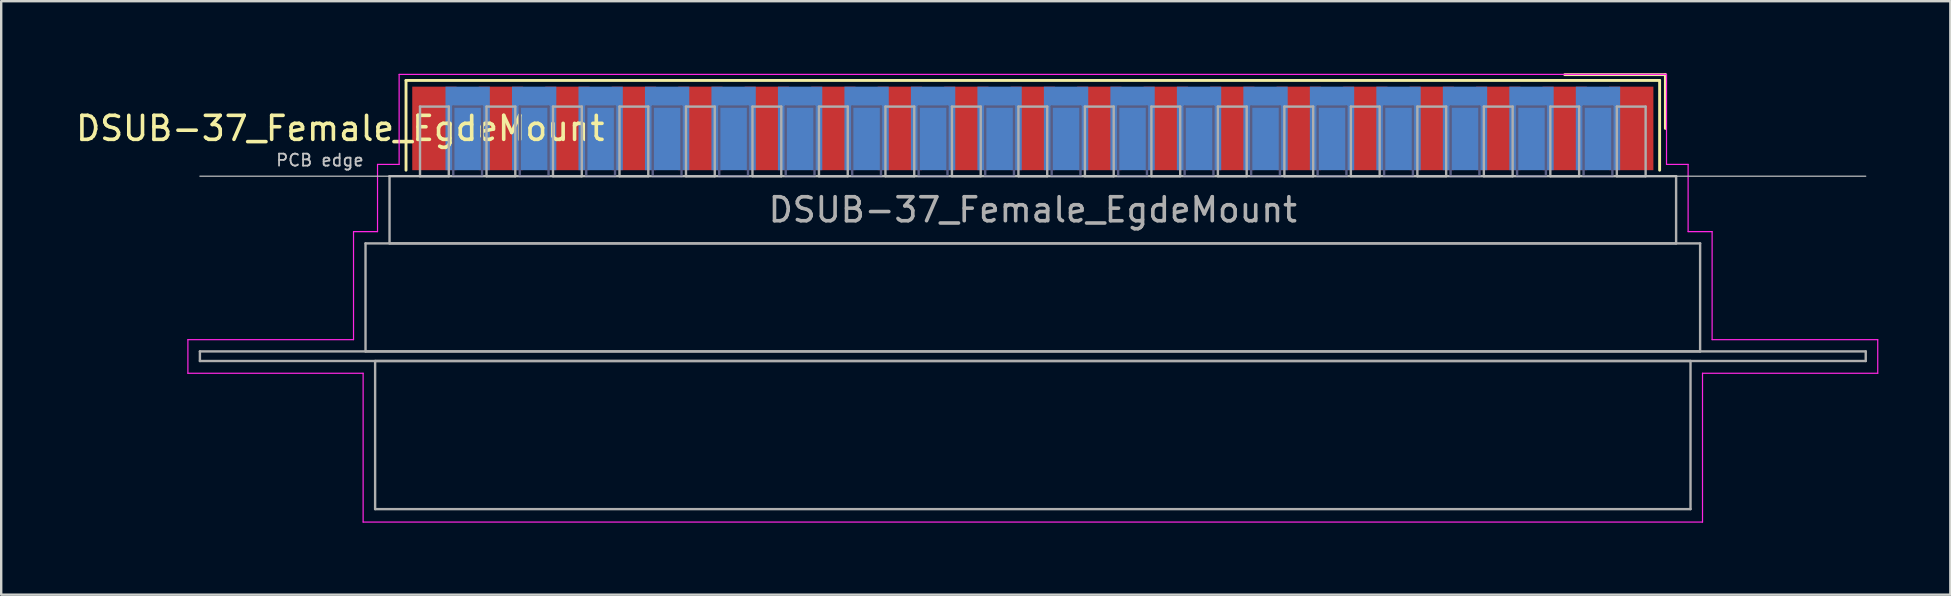
<source format=kicad_pcb>
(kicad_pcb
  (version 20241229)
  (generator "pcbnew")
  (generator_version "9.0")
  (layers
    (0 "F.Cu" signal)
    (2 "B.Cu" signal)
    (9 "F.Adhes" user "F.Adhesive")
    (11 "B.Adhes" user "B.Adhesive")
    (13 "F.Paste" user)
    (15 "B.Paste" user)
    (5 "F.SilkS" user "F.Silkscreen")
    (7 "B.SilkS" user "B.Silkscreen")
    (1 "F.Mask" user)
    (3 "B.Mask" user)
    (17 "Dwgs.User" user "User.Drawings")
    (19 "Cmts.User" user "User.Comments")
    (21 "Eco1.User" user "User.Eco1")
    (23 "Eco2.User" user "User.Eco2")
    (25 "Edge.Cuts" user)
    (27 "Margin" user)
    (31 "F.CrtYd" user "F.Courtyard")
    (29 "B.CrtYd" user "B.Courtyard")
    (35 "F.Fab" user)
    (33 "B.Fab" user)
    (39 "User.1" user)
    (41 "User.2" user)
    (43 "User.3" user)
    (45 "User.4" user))
  (footprint "DSUB-37_Female_EgdeMount"
    (layer "F.Cu")
    (at 39.978 2.3)
    (property "Reference" "DSUB-37_Female_EgdeMount" (at -28.853 0 0) (layer "F.SilkS") (effects (font (size 1 1) (thickness 0.15))))
    (attr smd)
    (fp_line (start -26.113 -2) (end -26.113 1.74) (stroke (width 0.12) (type solid)) (layer "F.SilkS"))
    (fp_line (start 26.113 -2) (end -26.113 -2) (stroke (width 0.12) (type solid)) (layer "F.SilkS"))
    (fp_line (start 26.113 1.74) (end 26.113 -2) (stroke (width 0.12) (type solid)) (layer "F.SilkS"))
    (fp_line (start 26.353 -2.24) (end 22.16 -2.24) (stroke (width 0.12) (type solid)) (layer "F.SilkS"))
    (fp_line (start 26.353 0) (end 26.353 -2.24) (stroke (width 0.12) (type solid)) (layer "F.SilkS"))
    (fp_line (start -34.7 1.99) (end 34.7 1.99) (stroke (width 0.05) (type solid)) (layer "Dwgs.User"))
    (fp_line (start -35.2 8.8) (end -28.3 8.8) (stroke (width 0.05) (type solid)) (layer "F.CrtYd"))
    (fp_line (start -35.2 10.2) (end -35.2 8.8) (stroke (width 0.05) (type solid)) (layer "F.CrtYd"))
    (fp_line (start -28.3 4.3) (end -27.3 4.3) (stroke (width 0.05) (type solid)) (layer "F.CrtYd"))
    (fp_line (start -28.3 8.8) (end -28.3 4.3) (stroke (width 0.05) (type solid)) (layer "F.CrtYd"))
    (fp_line (start -27.9 10.2) (end -35.2 10.2) (stroke (width 0.05) (type solid)) (layer "F.CrtYd"))
    (fp_line (start -27.9 16.4) (end -27.9 10.2) (stroke (width 0.05) (type solid)) (layer "F.CrtYd"))
    (fp_line (start -27.3 1.5) (end -26.4 1.5) (stroke (width 0.05) (type solid)) (layer "F.CrtYd"))
    (fp_line (start -27.3 4.3) (end -27.3 1.5) (stroke (width 0.05) (type solid)) (layer "F.CrtYd"))
    (fp_line (start -26.4 -2.25) (end 26.4 -2.25) (stroke (width 0.05) (type solid)) (layer "F.CrtYd"))
    (fp_line (start -26.4 1.5) (end -26.4 -2.25) (stroke (width 0.05) (type solid)) (layer "F.CrtYd"))
    (fp_line (start 26.4 -2.25) (end 26.4 1.5) (stroke (width 0.05) (type solid)) (layer "F.CrtYd"))
    (fp_line (start 26.4 1.5) (end 27.3 1.5) (stroke (width 0.05) (type solid)) (layer "F.CrtYd"))
    (fp_line (start 27.3 1.5) (end 27.3 4.3) (stroke (width 0.05) (type solid)) (layer "F.CrtYd"))
    (fp_line (start 27.3 4.3) (end 28.3 4.3) (stroke (width 0.05) (type solid)) (layer "F.CrtYd"))
    (fp_line (start 27.9 10.2) (end 27.9 16.4) (stroke (width 0.05) (type solid)) (layer "F.CrtYd"))
    (fp_line (start 27.9 16.4) (end -27.9 16.4) (stroke (width 0.05) (type solid)) (layer "F.CrtYd"))
    (fp_line (start 28.3 4.3) (end 28.3 8.8) (stroke (width 0.05) (type solid)) (layer "F.CrtYd"))
    (fp_line (start 28.3 8.8) (end 35.2 8.8) (stroke (width 0.05) (type solid)) (layer "F.CrtYd"))
    (fp_line (start 35.2 8.8) (end 35.2 10.2) (stroke (width 0.05) (type solid)) (layer "F.CrtYd"))
    (fp_line (start 35.2 10.2) (end 27.9 10.2) (stroke (width 0.05) (type solid)) (layer "F.CrtYd"))
    (fp_line (start -24.145 -0.91) (end -24.145 1.99) (stroke (width 0.1) (type solid)) (layer "B.Fab"))
    (fp_line (start -24.145 1.99) (end -22.945 1.99) (stroke (width 0.1) (type solid)) (layer "B.Fab"))
    (fp_line (start -22.945 -0.91) (end -24.145 -0.91) (stroke (width 0.1) (type solid)) (layer "B.Fab"))
    (fp_line (start -22.945 1.99) (end -22.945 -0.91) (stroke (width 0.1) (type solid)) (layer "B.Fab"))
    (fp_line (start -21.375 -0.91) (end -21.375 1.99) (stroke (width 0.1) (type solid)) (layer "B.Fab"))
    (fp_line (start -21.375 1.99) (end -20.175 1.99) (stroke (width 0.1) (type solid)) (layer "B.Fab"))
    (fp_line (start -20.175 -0.91) (end -21.375 -0.91) (stroke (width 0.1) (type solid)) (layer "B.Fab"))
    (fp_line (start -20.175 1.99) (end -20.175 -0.91) (stroke (width 0.1) (type solid)) (layer "B.Fab"))
    (fp_line (start -18.605 -0.91) (end -18.605 1.99) (stroke (width 0.1) (type solid)) (layer "B.Fab"))
    (fp_line (start -18.605 1.99) (end -17.405 1.99) (stroke (width 0.1) (type solid)) (layer "B.Fab"))
    (fp_line (start -17.405 -0.91) (end -18.605 -0.91) (stroke (width 0.1) (type solid)) (layer "B.Fab"))
    (fp_line (start -17.405 1.99) (end -17.405 -0.91) (stroke (width 0.1) (type solid)) (layer "B.Fab"))
    (fp_line (start -15.835 -0.91) (end -15.835 1.99) (stroke (width 0.1) (type solid)) (layer "B.Fab"))
    (fp_line (start -15.835 1.99) (end -14.635 1.99) (stroke (width 0.1) (type solid)) (layer "B.Fab"))
    (fp_line (start -14.635 -0.91) (end -15.835 -0.91) (stroke (width 0.1) (type solid)) (layer "B.Fab"))
    (fp_line (start -14.635 1.99) (end -14.635 -0.91) (stroke (width 0.1) (type solid)) (layer "B.Fab"))
    (fp_line (start -13.065 -0.91) (end -13.065 1.99) (stroke (width 0.1) (type solid)) (layer "B.Fab"))
    (fp_line (start -13.065 1.99) (end -11.865 1.99) (stroke (width 0.1) (type solid)) (layer "B.Fab"))
    (fp_line (start -11.865 -0.91) (end -13.065 -0.91) (stroke (width 0.1) (type solid)) (layer "B.Fab"))
    (fp_line (start -11.865 1.99) (end -11.865 -0.91) (stroke (width 0.1) (type solid)) (layer "B.Fab"))
    (fp_line (start -10.295 -0.91) (end -10.295 1.99) (stroke (width 0.1) (type solid)) (layer "B.Fab"))
    (fp_line (start -10.295 1.99) (end -9.095 1.99) (stroke (width 0.1) (type solid)) (layer "B.Fab"))
    (fp_line (start -9.095 -0.91) (end -10.295 -0.91) (stroke (width 0.1) (type solid)) (layer "B.Fab"))
    (fp_line (start -9.095 1.99) (end -9.095 -0.91) (stroke (width 0.1) (type solid)) (layer "B.Fab"))
    (fp_line (start -7.525 -0.91) (end -7.525 1.99) (stroke (width 0.1) (type solid)) (layer "B.Fab"))
    (fp_line (start -7.525 1.99) (end -6.325 1.99) (stroke (width 0.1) (type solid)) (layer "B.Fab"))
    (fp_line (start -6.325 -0.91) (end -7.525 -0.91) (stroke (width 0.1) (type solid)) (layer "B.Fab"))
    (fp_line (start -6.325 1.99) (end -6.325 -0.91) (stroke (width 0.1) (type solid)) (layer "B.Fab"))
    (fp_line (start -4.755 -0.91) (end -4.755 1.99) (stroke (width 0.1) (type solid)) (layer "B.Fab"))
    (fp_line (start -4.755 1.99) (end -3.555 1.99) (stroke (width 0.1) (type solid)) (layer "B.Fab"))
    (fp_line (start -3.555 -0.91) (end -4.755 -0.91) (stroke (width 0.1) (type solid)) (layer "B.Fab"))
    (fp_line (start -3.555 1.99) (end -3.555 -0.91) (stroke (width 0.1) (type solid)) (layer "B.Fab"))
    (fp_line (start -1.985 -0.91) (end -1.985 1.99) (stroke (width 0.1) (type solid)) (layer "B.Fab"))
    (fp_line (start -1.985 1.99) (end -0.785 1.99) (stroke (width 0.1) (type solid)) (layer "B.Fab"))
    (fp_line (start -0.785 -0.91) (end -1.985 -0.91) (stroke (width 0.1) (type solid)) (layer "B.Fab"))
    (fp_line (start -0.785 1.99) (end -0.785 -0.91) (stroke (width 0.1) (type solid)) (layer "B.Fab"))
    (fp_line (start 0.785 -0.91) (end 0.785 1.99) (stroke (width 0.1) (type solid)) (layer "B.Fab"))
    (fp_line (start 0.785 1.99) (end 1.985 1.99) (stroke (width 0.1) (type solid)) (layer "B.Fab"))
    (fp_line (start 1.985 -0.91) (end 0.785 -0.91) (stroke (width 0.1) (type solid)) (layer "B.Fab"))
    (fp_line (start 1.985 1.99) (end 1.985 -0.91) (stroke (width 0.1) (type solid)) (layer "B.Fab"))
    (fp_line (start 3.555 -0.91) (end 3.555 1.99) (stroke (width 0.1) (type solid)) (layer "B.Fab"))
    (fp_line (start 3.555 1.99) (end 4.755 1.99) (stroke (width 0.1) (type solid)) (layer "B.Fab"))
    (fp_line (start 4.755 -0.91) (end 3.555 -0.91) (stroke (width 0.1) (type solid)) (layer "B.Fab"))
    (fp_line (start 4.755 1.99) (end 4.755 -0.91) (stroke (width 0.1) (type solid)) (layer "B.Fab"))
    (fp_line (start 6.325 -0.91) (end 6.325 1.99) (stroke (width 0.1) (type solid)) (layer "B.Fab"))
    (fp_line (start 6.325 1.99) (end 7.525 1.99) (stroke (width 0.1) (type solid)) (layer "B.Fab"))
    (fp_line (start 7.525 -0.91) (end 6.325 -0.91) (stroke (width 0.1) (type solid)) (layer "B.Fab"))
    (fp_line (start 7.525 1.99) (end 7.525 -0.91) (stroke (width 0.1) (type solid)) (layer "B.Fab"))
    (fp_line (start 9.095 -0.91) (end 9.095 1.99) (stroke (width 0.1) (type solid)) (layer "B.Fab"))
    (fp_line (start 9.095 1.99) (end 10.295 1.99) (stroke (width 0.1) (type solid)) (layer "B.Fab"))
    (fp_line (start 10.295 -0.91) (end 9.095 -0.91) (stroke (width 0.1) (type solid)) (layer "B.Fab"))
    (fp_line (start 10.295 1.99) (end 10.295 -0.91) (stroke (width 0.1) (type solid)) (layer "B.Fab"))
    (fp_line (start 11.865 -0.91) (end 11.865 1.99) (stroke (width 0.1) (type solid)) (layer "B.Fab"))
    (fp_line (start 11.865 1.99) (end 13.065 1.99) (stroke (width 0.1) (type solid)) (layer "B.Fab"))
    (fp_line (start 13.065 -0.91) (end 11.865 -0.91) (stroke (width 0.1) (type solid)) (layer "B.Fab"))
    (fp_line (start 13.065 1.99) (end 13.065 -0.91) (stroke (width 0.1) (type solid)) (layer "B.Fab"))
    (fp_line (start 14.635 -0.91) (end 14.635 1.99) (stroke (width 0.1) (type solid)) (layer "B.Fab"))
    (fp_line (start 14.635 1.99) (end 15.835 1.99) (stroke (width 0.1) (type solid)) (layer "B.Fab"))
    (fp_line (start 15.835 -0.91) (end 14.635 -0.91) (stroke (width 0.1) (type solid)) (layer "B.Fab"))
    (fp_line (start 15.835 1.99) (end 15.835 -0.91) (stroke (width 0.1) (type solid)) (layer "B.Fab"))
    (fp_line (start 17.405 -0.91) (end 17.405 1.99) (stroke (width 0.1) (type solid)) (layer "B.Fab"))
    (fp_line (start 17.405 1.99) (end 18.605 1.99) (stroke (width 0.1) (type solid)) (layer "B.Fab"))
    (fp_line (start 18.605 -0.91) (end 17.405 -0.91) (stroke (width 0.1) (type solid)) (layer "B.Fab"))
    (fp_line (start 18.605 1.99) (end 18.605 -0.91) (stroke (width 0.1) (type solid)) (layer "B.Fab"))
    (fp_line (start 20.175 -0.91) (end 20.175 1.99) (stroke (width 0.1) (type solid)) (layer "B.Fab"))
    (fp_line (start 20.175 1.99) (end 21.375 1.99) (stroke (width 0.1) (type solid)) (layer "B.Fab"))
    (fp_line (start 21.375 -0.91) (end 20.175 -0.91) (stroke (width 0.1) (type solid)) (layer "B.Fab"))
    (fp_line (start 21.375 1.99) (end 21.375 -0.91) (stroke (width 0.1) (type solid)) (layer "B.Fab"))
    (fp_line (start 22.945 -0.91) (end 22.945 1.99) (stroke (width 0.1) (type solid)) (layer "B.Fab"))
    (fp_line (start 22.945 1.99) (end 24.145 1.99) (stroke (width 0.1) (type solid)) (layer "B.Fab"))
    (fp_line (start 24.145 -0.91) (end 22.945 -0.91) (stroke (width 0.1) (type solid)) (layer "B.Fab"))
    (fp_line (start 24.145 1.99) (end 24.145 -0.91) (stroke (width 0.1) (type solid)) (layer "B.Fab"))
    (fp_line (start -34.7 9.29) (end -34.7 9.69) (stroke (width 0.1) (type solid)) (layer "F.Fab"))
    (fp_line (start -34.7 9.69) (end 34.7 9.69) (stroke (width 0.1) (type solid)) (layer "F.Fab"))
    (fp_line (start -27.8 4.79) (end -27.8 9.29) (stroke (width 0.1) (type solid)) (layer "F.Fab"))
    (fp_line (start -27.8 9.29) (end 27.8 9.29) (stroke (width 0.1) (type solid)) (layer "F.Fab"))
    (fp_line (start -27.4 9.69) (end -27.4 15.86) (stroke (width 0.1) (type solid)) (layer "F.Fab"))
    (fp_line (start -27.4 15.86) (end 27.4 15.86) (stroke (width 0.1) (type solid)) (layer "F.Fab"))
    (fp_line (start -26.8 1.99) (end -26.8 4.79) (stroke (width 0.1) (type solid)) (layer "F.Fab"))
    (fp_line (start -26.8 4.79) (end 26.8 4.79) (stroke (width 0.1) (type solid)) (layer "F.Fab"))
    (fp_line (start -25.53 -0.91) (end -25.53 1.99) (stroke (width 0.1) (type solid)) (layer "F.Fab"))
    (fp_line (start -25.53 1.99) (end -24.33 1.99) (stroke (width 0.1) (type solid)) (layer "F.Fab"))
    (fp_line (start -24.33 -0.91) (end -25.53 -0.91) (stroke (width 0.1) (type solid)) (layer "F.Fab"))
    (fp_line (start -24.33 1.99) (end -24.33 -0.91) (stroke (width 0.1) (type solid)) (layer "F.Fab"))
    (fp_line (start -22.76 -0.91) (end -22.76 1.99) (stroke (width 0.1) (type solid)) (layer "F.Fab"))
    (fp_line (start -22.76 1.99) (end -21.56 1.99) (stroke (width 0.1) (type solid)) (layer "F.Fab"))
    (fp_line (start -21.56 -0.91) (end -22.76 -0.91) (stroke (width 0.1) (type solid)) (layer "F.Fab"))
    (fp_line (start -21.56 1.99) (end -21.56 -0.91) (stroke (width 0.1) (type solid)) (layer "F.Fab"))
    (fp_line (start -19.99 -0.91) (end -19.99 1.99) (stroke (width 0.1) (type solid)) (layer "F.Fab"))
    (fp_line (start -19.99 1.99) (end -18.79 1.99) (stroke (width 0.1) (type solid)) (layer "F.Fab"))
    (fp_line (start -18.79 -0.91) (end -19.99 -0.91) (stroke (width 0.1) (type solid)) (layer "F.Fab"))
    (fp_line (start -18.79 1.99) (end -18.79 -0.91) (stroke (width 0.1) (type solid)) (layer "F.Fab"))
    (fp_line (start -17.22 -0.91) (end -17.22 1.99) (stroke (width 0.1) (type solid)) (layer "F.Fab"))
    (fp_line (start -17.22 1.99) (end -16.02 1.99) (stroke (width 0.1) (type solid)) (layer "F.Fab"))
    (fp_line (start -16.02 -0.91) (end -17.22 -0.91) (stroke (width 0.1) (type solid)) (layer "F.Fab"))
    (fp_line (start -16.02 1.99) (end -16.02 -0.91) (stroke (width 0.1) (type solid)) (layer "F.Fab"))
    (fp_line (start -14.45 -0.91) (end -14.45 1.99) (stroke (width 0.1) (type solid)) (layer "F.Fab"))
    (fp_line (start -14.45 1.99) (end -13.25 1.99) (stroke (width 0.1) (type solid)) (layer "F.Fab"))
    (fp_line (start -13.25 -0.91) (end -14.45 -0.91) (stroke (width 0.1) (type solid)) (layer "F.Fab"))
    (fp_line (start -13.25 1.99) (end -13.25 -0.91) (stroke (width 0.1) (type solid)) (layer "F.Fab"))
    (fp_line (start -11.68 -0.91) (end -11.68 1.99) (stroke (width 0.1) (type solid)) (layer "F.Fab"))
    (fp_line (start -11.68 1.99) (end -10.48 1.99) (stroke (width 0.1) (type solid)) (layer "F.Fab"))
    (fp_line (start -10.48 -0.91) (end -11.68 -0.91) (stroke (width 0.1) (type solid)) (layer "F.Fab"))
    (fp_line (start -10.48 1.99) (end -10.48 -0.91) (stroke (width 0.1) (type solid)) (layer "F.Fab"))
    (fp_line (start -8.91 -0.91) (end -8.91 1.99) (stroke (width 0.1) (type solid)) (layer "F.Fab"))
    (fp_line (start -8.91 1.99) (end -7.71 1.99) (stroke (width 0.1) (type solid)) (layer "F.Fab"))
    (fp_line (start -7.71 -0.91) (end -8.91 -0.91) (stroke (width 0.1) (type solid)) (layer "F.Fab"))
    (fp_line (start -7.71 1.99) (end -7.71 -0.91) (stroke (width 0.1) (type solid)) (layer "F.Fab"))
    (fp_line (start -6.14 -0.91) (end -6.14 1.99) (stroke (width 0.1) (type solid)) (layer "F.Fab"))
    (fp_line (start -6.14 1.99) (end -4.94 1.99) (stroke (width 0.1) (type solid)) (layer "F.Fab"))
    (fp_line (start -4.94 -0.91) (end -6.14 -0.91) (stroke (width 0.1) (type solid)) (layer "F.Fab"))
    (fp_line (start -4.94 1.99) (end -4.94 -0.91) (stroke (width 0.1) (type solid)) (layer "F.Fab"))
    (fp_line (start -3.37 -0.91) (end -3.37 1.99) (stroke (width 0.1) (type solid)) (layer "F.Fab"))
    (fp_line (start -3.37 1.99) (end -2.17 1.99) (stroke (width 0.1) (type solid)) (layer "F.Fab"))
    (fp_line (start -2.17 -0.91) (end -3.37 -0.91) (stroke (width 0.1) (type solid)) (layer "F.Fab"))
    (fp_line (start -2.17 1.99) (end -2.17 -0.91) (stroke (width 0.1) (type solid)) (layer "F.Fab"))
    (fp_line (start -0.6 -0.91) (end -0.6 1.99) (stroke (width 0.1) (type solid)) (layer "F.Fab"))
    (fp_line (start -0.6 1.99) (end 0.6 1.99) (stroke (width 0.1) (type solid)) (layer "F.Fab"))
    (fp_line (start 0.6 -0.91) (end -0.6 -0.91) (stroke (width 0.1) (type solid)) (layer "F.Fab"))
    (fp_line (start 0.6 1.99) (end 0.6 -0.91) (stroke (width 0.1) (type solid)) (layer "F.Fab"))
    (fp_line (start 2.17 -0.91) (end 2.17 1.99) (stroke (width 0.1) (type solid)) (layer "F.Fab"))
    (fp_line (start 2.17 1.99) (end 3.37 1.99) (stroke (width 0.1) (type solid)) (layer "F.Fab"))
    (fp_line (start 3.37 -0.91) (end 2.17 -0.91) (stroke (width 0.1) (type solid)) (layer "F.Fab"))
    (fp_line (start 3.37 1.99) (end 3.37 -0.91) (stroke (width 0.1) (type solid)) (layer "F.Fab"))
    (fp_line (start 4.94 -0.91) (end 4.94 1.99) (stroke (width 0.1) (type solid)) (layer "F.Fab"))
    (fp_line (start 4.94 1.99) (end 6.14 1.99) (stroke (width 0.1) (type solid)) (layer "F.Fab"))
    (fp_line (start 6.14 -0.91) (end 4.94 -0.91) (stroke (width 0.1) (type solid)) (layer "F.Fab"))
    (fp_line (start 6.14 1.99) (end 6.14 -0.91) (stroke (width 0.1) (type solid)) (layer "F.Fab"))
    (fp_line (start 7.71 -0.91) (end 7.71 1.99) (stroke (width 0.1) (type solid)) (layer "F.Fab"))
    (fp_line (start 7.71 1.99) (end 8.91 1.99) (stroke (width 0.1) (type solid)) (layer "F.Fab"))
    (fp_line (start 8.91 -0.91) (end 7.71 -0.91) (stroke (width 0.1) (type solid)) (layer "F.Fab"))
    (fp_line (start 8.91 1.99) (end 8.91 -0.91) (stroke (width 0.1) (type solid)) (layer "F.Fab"))
    (fp_line (start 10.48 -0.91) (end 10.48 1.99) (stroke (width 0.1) (type solid)) (layer "F.Fab"))
    (fp_line (start 10.48 1.99) (end 11.68 1.99) (stroke (width 0.1) (type solid)) (layer "F.Fab"))
    (fp_line (start 11.68 -0.91) (end 10.48 -0.91) (stroke (width 0.1) (type solid)) (layer "F.Fab"))
    (fp_line (start 11.68 1.99) (end 11.68 -0.91) (stroke (width 0.1) (type solid)) (layer "F.Fab"))
    (fp_line (start 13.25 -0.91) (end 13.25 1.99) (stroke (width 0.1) (type solid)) (layer "F.Fab"))
    (fp_line (start 13.25 1.99) (end 14.45 1.99) (stroke (width 0.1) (type solid)) (layer "F.Fab"))
    (fp_line (start 14.45 -0.91) (end 13.25 -0.91) (stroke (width 0.1) (type solid)) (layer "F.Fab"))
    (fp_line (start 14.45 1.99) (end 14.45 -0.91) (stroke (width 0.1) (type solid)) (layer "F.Fab"))
    (fp_line (start 16.02 -0.91) (end 16.02 1.99) (stroke (width 0.1) (type solid)) (layer "F.Fab"))
    (fp_line (start 16.02 1.99) (end 17.22 1.99) (stroke (width 0.1) (type solid)) (layer "F.Fab"))
    (fp_line (start 17.22 -0.91) (end 16.02 -0.91) (stroke (width 0.1) (type solid)) (layer "F.Fab"))
    (fp_line (start 17.22 1.99) (end 17.22 -0.91) (stroke (width 0.1) (type solid)) (layer "F.Fab"))
    (fp_line (start 18.79 -0.91) (end 18.79 1.99) (stroke (width 0.1) (type solid)) (layer "F.Fab"))
    (fp_line (start 18.79 1.99) (end 19.99 1.99) (stroke (width 0.1) (type solid)) (layer "F.Fab"))
    (fp_line (start 19.99 -0.91) (end 18.79 -0.91) (stroke (width 0.1) (type solid)) (layer "F.Fab"))
    (fp_line (start 19.99 1.99) (end 19.99 -0.91) (stroke (width 0.1) (type solid)) (layer "F.Fab"))
    (fp_line (start 21.56 -0.91) (end 21.56 1.99) (stroke (width 0.1) (type solid)) (layer "F.Fab"))
    (fp_line (start 21.56 1.99) (end 22.76 1.99) (stroke (width 0.1) (type solid)) (layer "F.Fab"))
    (fp_line (start 22.76 -0.91) (end 21.56 -0.91) (stroke (width 0.1) (type solid)) (layer "F.Fab"))
    (fp_line (start 22.76 1.99) (end 22.76 -0.91) (stroke (width 0.1) (type solid)) (layer "F.Fab"))
    (fp_line (start 24.33 -0.91) (end 24.33 1.99) (stroke (width 0.1) (type solid)) (layer "F.Fab"))
    (fp_line (start 24.33 1.99) (end 25.53 1.99) (stroke (width 0.1) (type solid)) (layer "F.Fab"))
    (fp_line (start 25.53 -0.91) (end 24.33 -0.91) (stroke (width 0.1) (type solid)) (layer "F.Fab"))
    (fp_line (start 25.53 1.99) (end 25.53 -0.91) (stroke (width 0.1) (type solid)) (layer "F.Fab"))
    (fp_line (start 26.8 1.99) (end -26.8 1.99) (stroke (width 0.1) (type solid)) (layer "F.Fab"))
    (fp_line (start 26.8 4.79) (end 26.8 1.99) (stroke (width 0.1) (type solid)) (layer "F.Fab"))
    (fp_line (start 27.4 9.69) (end -27.4 9.69) (stroke (width 0.1) (type solid)) (layer "F.Fab"))
    (fp_line (start 27.4 15.86) (end 27.4 9.69) (stroke (width 0.1) (type solid)) (layer "F.Fab"))
    (fp_line (start 27.8 4.79) (end -27.8 4.79) (stroke (width 0.1) (type solid)) (layer "F.Fab"))
    (fp_line (start 27.8 9.29) (end 27.8 4.79) (stroke (width 0.1) (type solid)) (layer "F.Fab"))
    (fp_line (start 34.7 9.29) (end -34.7 9.29) (stroke (width 0.1) (type solid)) (layer "F.Fab"))
    (fp_line (start 34.7 9.69) (end 34.7 9.29) (stroke (width 0.1) (type solid)) (layer "F.Fab"))
    (fp_text user "PCB edge" (at -29.7 1.323 0) (layer "Dwgs.User") (effects (font (size 0.5 0.5) (thickness 0.075))))
    (fp_text user "${REFERENCE}" (at 0 3.39 0) (layer "F.Fab") (effects (font (size 1 1) (thickness 0.15))))
    (pad "1" smd rect (at 24.93 0) (size 1.847 3.48) (layers "F.Cu" "F.Mask" "F.Paste"))
    (pad "2" smd rect (at 22.16 0) (size 1.847 3.48) (layers "F.Cu" "F.Mask" "F.Paste"))
    (pad "3" smd rect (at 19.39 0) (size 1.847 3.48) (layers "F.Cu" "F.Mask" "F.Paste"))
    (pad "4" smd rect (at 16.62 0) (size 1.847 3.48) (layers "F.Cu" "F.Mask" "F.Paste"))
    (pad "5" smd rect (at 13.85 0) (size 1.847 3.48) (layers "F.Cu" "F.Mask" "F.Paste"))
    (pad "6" smd rect (at 11.08 0) (size 1.847 3.48) (layers "F.Cu" "F.Mask" "F.Paste"))
    (pad "7" smd rect (at 8.31 0) (size 1.847 3.48) (layers "F.Cu" "F.Mask" "F.Paste"))
    (pad "8" smd rect (at 5.54 0) (size 1.847 3.48) (layers "F.Cu" "F.Mask" "F.Paste"))
    (pad "9" smd rect (at 2.77 0) (size 1.847 3.48) (layers "F.Cu" "F.Mask" "F.Paste"))
    (pad "10" smd rect (at 0 0) (size 1.847 3.48) (layers "F.Cu" "F.Mask" "F.Paste"))
    (pad "11" smd rect (at -2.77 0) (size 1.847 3.48) (layers "F.Cu" "F.Mask" "F.Paste"))
    (pad "12" smd rect (at -5.54 0) (size 1.847 3.48) (layers "F.Cu" "F.Mask" "F.Paste"))
    (pad "13" smd rect (at -8.31 0) (size 1.847 3.48) (layers "F.Cu" "F.Mask" "F.Paste"))
    (pad "14" smd rect (at -11.08 0) (size 1.847 3.48) (layers "F.Cu" "F.Mask" "F.Paste"))
    (pad "15" smd rect (at -13.85 0) (size 1.847 3.48) (layers "F.Cu" "F.Mask" "F.Paste"))
    (pad "16" smd rect (at -16.62 0) (size 1.847 3.48) (layers "F.Cu" "F.Mask" "F.Paste"))
    (pad "17" smd rect (at -19.39 0) (size 1.847 3.48) (layers "F.Cu" "F.Mask" "F.Paste"))
    (pad "18" smd rect (at -22.16 0) (size 1.847 3.48) (layers "F.Cu" "F.Mask" "F.Paste"))
    (pad "19" smd rect (at -24.93 0) (size 1.847 3.48) (layers "F.Cu" "F.Mask" "F.Paste"))
    (pad "20" smd rect (at 23.545 0) (size 1.847 3.48) (layers "B.Cu" "B.Mask" "B.Paste"))
    (pad "21" smd rect (at 20.775 0) (size 1.847 3.48) (layers "B.Cu" "B.Mask" "B.Paste"))
    (pad "22" smd rect (at 18.005 0) (size 1.847 3.48) (layers "B.Cu" "B.Mask" "B.Paste"))
    (pad "23" smd rect (at 15.235 0) (size 1.847 3.48) (layers "B.Cu" "B.Mask" "B.Paste"))
    (pad "24" smd rect (at 12.465 0) (size 1.847 3.48) (layers "B.Cu" "B.Mask" "B.Paste"))
    (pad "25" smd rect (at 9.695 0) (size 1.847 3.48) (layers "B.Cu" "B.Mask" "B.Paste"))
    (pad "26" smd rect (at 6.925 0) (size 1.847 3.48) (layers "B.Cu" "B.Mask" "B.Paste"))
    (pad "27" smd rect (at 4.155 0) (size 1.847 3.48) (layers "B.Cu" "B.Mask" "B.Paste"))
    (pad "28" smd rect (at 1.385 0) (size 1.847 3.48) (layers "B.Cu" "B.Mask" "B.Paste"))
    (pad "29" smd rect (at -1.385 0) (size 1.847 3.48) (layers "B.Cu" "B.Mask" "B.Paste"))
    (pad "30" smd rect (at -4.155 0) (size 1.847 3.48) (layers "B.Cu" "B.Mask" "B.Paste"))
    (pad "31" smd rect (at -6.925 0) (size 1.847 3.48) (layers "B.Cu" "B.Mask" "B.Paste"))
    (pad "32" smd rect (at -9.695 0) (size 1.847 3.48) (layers "B.Cu" "B.Mask" "B.Paste"))
    (pad "33" smd rect (at -12.465 0) (size 1.847 3.48) (layers "B.Cu" "B.Mask" "B.Paste"))
    (pad "34" smd rect (at -15.235 0) (size 1.847 3.48) (layers "B.Cu" "B.Mask" "B.Paste"))
    (pad "35" smd rect (at -18.005 0) (size 1.847 3.48) (layers "B.Cu" "B.Mask" "B.Paste"))
    (pad "36" smd rect (at -20.775 0) (size 1.847 3.48) (layers "B.Cu" "B.Mask" "B.Paste"))
    (pad "37" smd rect (at -23.545 0) (size 1.847 3.48) (layers "B.Cu" "B.Mask" "B.Paste")))
  (gr_rect
    (start -3 -3)
    (end 78.203 21.725)
    (stroke (width 0.1) (type default))
    (fill no)
    (layer "Edge.Cuts")))
</source>
